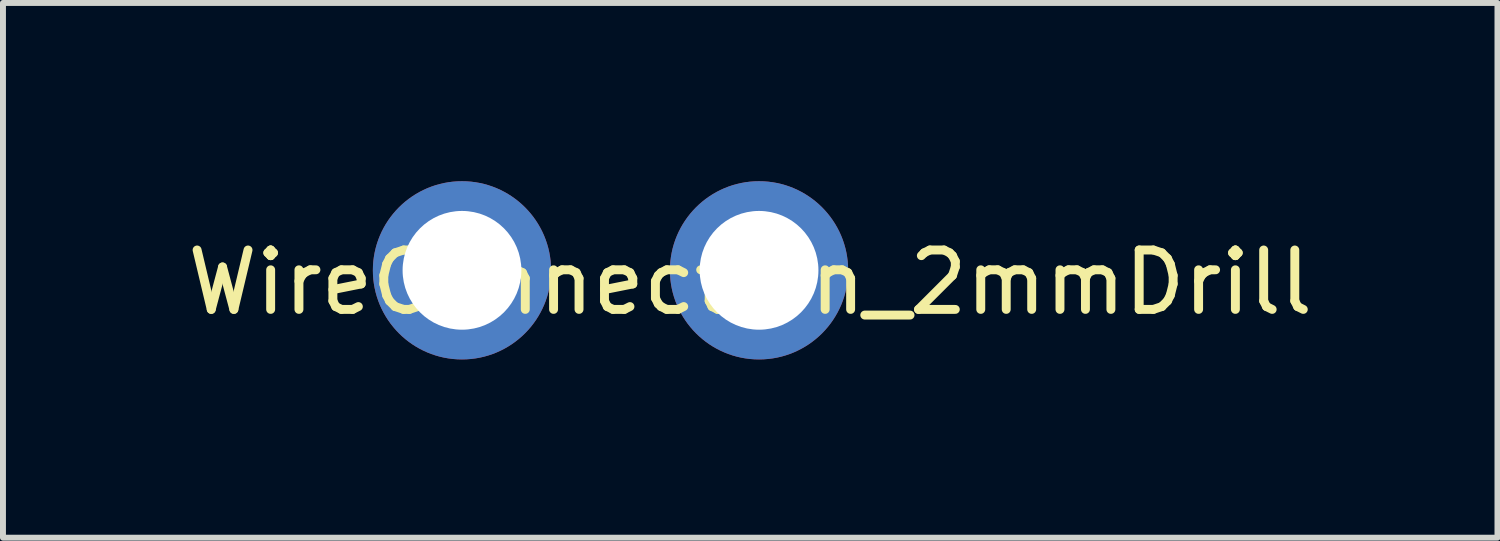
<source format=kicad_pcb>
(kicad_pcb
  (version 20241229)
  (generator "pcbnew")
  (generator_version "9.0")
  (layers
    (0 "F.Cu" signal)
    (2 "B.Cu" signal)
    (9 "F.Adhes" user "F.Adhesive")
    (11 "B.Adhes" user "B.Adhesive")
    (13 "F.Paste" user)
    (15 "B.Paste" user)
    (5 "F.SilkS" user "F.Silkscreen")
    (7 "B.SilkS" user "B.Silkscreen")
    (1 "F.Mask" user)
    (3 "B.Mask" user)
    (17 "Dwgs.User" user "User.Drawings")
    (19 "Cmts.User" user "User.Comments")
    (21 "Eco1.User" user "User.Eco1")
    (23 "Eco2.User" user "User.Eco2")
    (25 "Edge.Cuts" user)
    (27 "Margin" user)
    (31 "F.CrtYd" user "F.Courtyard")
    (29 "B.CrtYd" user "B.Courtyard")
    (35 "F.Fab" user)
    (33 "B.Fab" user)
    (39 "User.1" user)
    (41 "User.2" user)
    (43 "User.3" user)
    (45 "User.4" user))
  (footprint "WireConnection_2mmDrill"
    (layer "F.Cu")
    (at 7.226 1.5)
    (property "Reference" "WireConnection_2mmDrill" (at 2.351 0.203 0) (layer "F.SilkS") (effects (font (size 1 1) (thickness 0.15))))
    (attr through_hole)
    (pad "1" thru_hole circle (at -2.5 0) (size 3 3) (drill 1.999) (layers "*.Cu" "*.Mask"))
    (pad "2" thru_hole circle (at 2.5 0) (size 3 3) (drill 1.999) (layers "*.Cu" "*.Mask")))
  (gr_rect
    (start -3 -3)
    (end 22.155 6)
    (stroke (width 0.1) (type default))
    (fill no)
    (layer "Edge.Cuts")))
</source>
